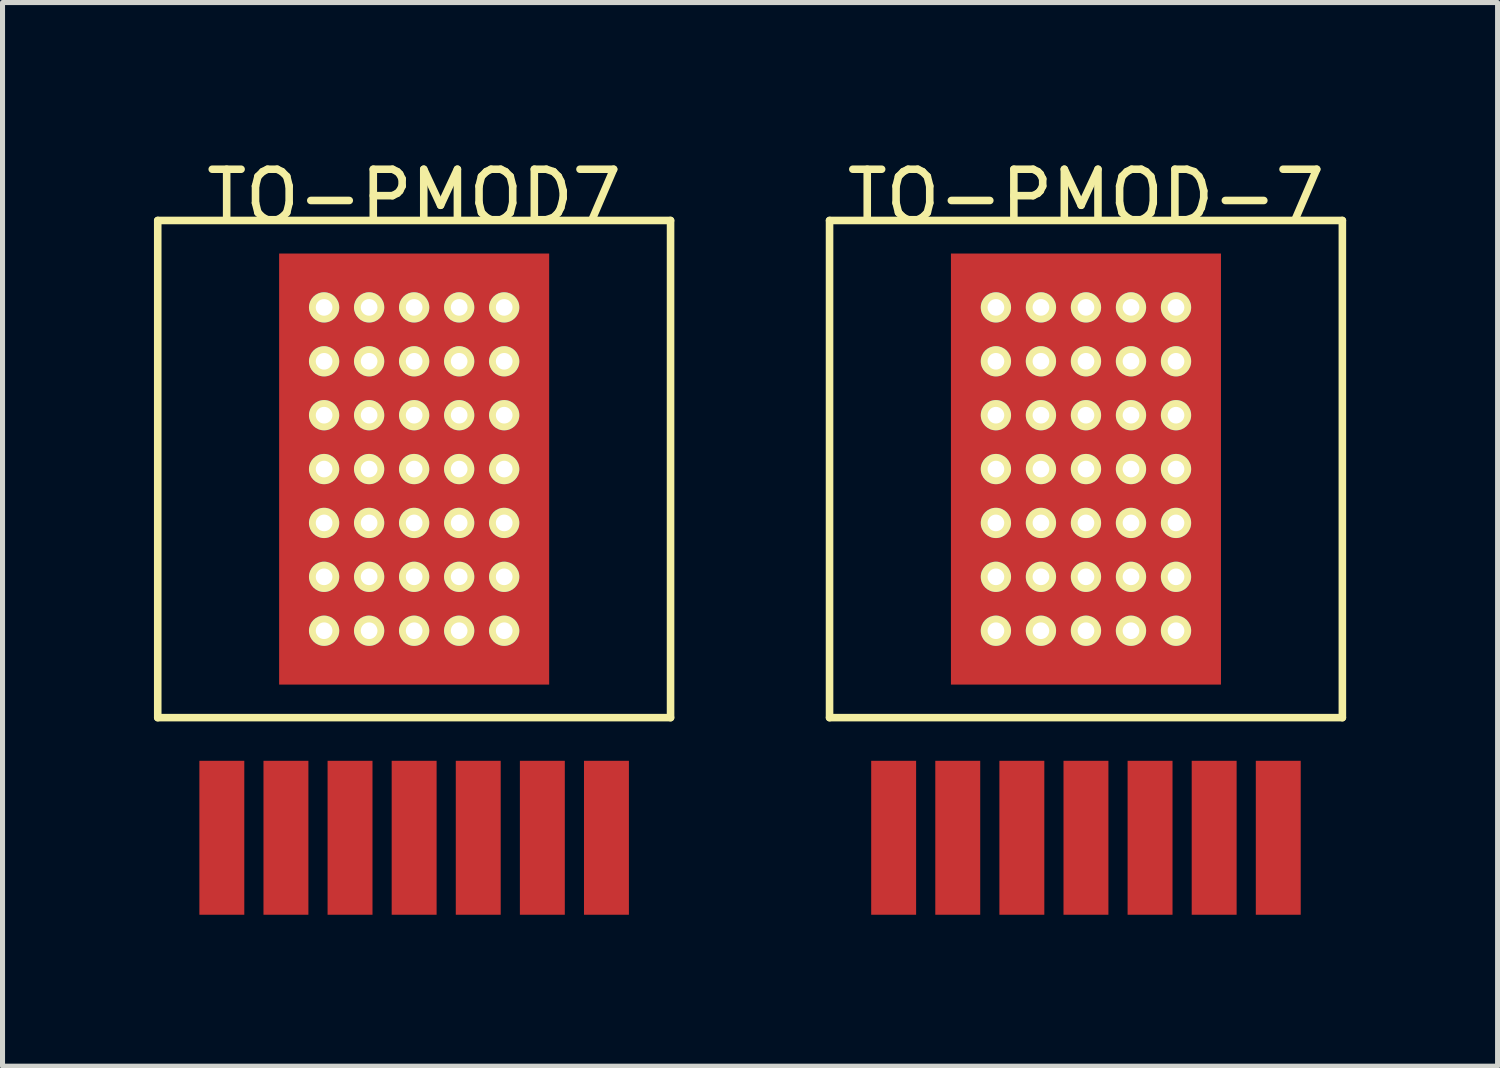
<source format=kicad_pcb>
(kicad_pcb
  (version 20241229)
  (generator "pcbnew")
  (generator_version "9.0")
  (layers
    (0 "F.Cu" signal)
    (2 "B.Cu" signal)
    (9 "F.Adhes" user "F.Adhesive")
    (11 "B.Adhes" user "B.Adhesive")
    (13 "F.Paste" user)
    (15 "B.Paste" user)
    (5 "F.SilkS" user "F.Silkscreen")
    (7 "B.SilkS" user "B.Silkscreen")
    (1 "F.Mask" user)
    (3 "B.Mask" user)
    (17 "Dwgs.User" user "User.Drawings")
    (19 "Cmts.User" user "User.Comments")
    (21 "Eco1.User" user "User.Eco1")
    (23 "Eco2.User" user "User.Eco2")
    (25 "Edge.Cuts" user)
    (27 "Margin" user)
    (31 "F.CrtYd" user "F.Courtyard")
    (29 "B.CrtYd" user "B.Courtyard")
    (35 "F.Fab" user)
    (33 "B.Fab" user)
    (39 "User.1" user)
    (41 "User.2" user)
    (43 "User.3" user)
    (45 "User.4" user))
  (footprint "TO-PMOD7"
    (layer "F.Cu")
    (at 5.155 6.243)
    (property "Reference" "TO-PMOD7" (at 0 -5.395 0) (layer "F.SilkS") (effects (font (size 1 1) (thickness 0.15))))
    (attr smd)
    (fp_line (start -5.08 -4.925) (end 5.08 -4.925) (stroke (width 0.15) (type solid)) (layer "F.SilkS"))
    (fp_line (start -5.08 4.925) (end -5.08 -4.925) (stroke (width 0.15) (type solid)) (layer "F.SilkS"))
    (fp_line (start 5.08 -4.925) (end 5.08 4.925) (stroke (width 0.15) (type solid)) (layer "F.SilkS"))
    (fp_line (start 5.08 4.925) (end -5.08 4.925) (stroke (width 0.15) (type solid)) (layer "F.SilkS"))
    (pad "1" smd rect (at -3.81 7.305) (size 0.89 3.05) (layers "F.Cu" "F.Mask" "F.Paste"))
    (pad "2" smd rect (at -2.54 7.305) (size 0.89 3.05) (layers "F.Cu" "F.Mask" "F.Paste"))
    (pad "3" smd rect (at -1.27 7.305) (size 0.89 3.05) (layers "F.Cu" "F.Mask" "F.Paste"))
    (pad "4" thru_hole circle (at -1.784 -3.203) (size 0.6 0.6) (drill 0.33) (layers "*.Cu" "*.Mask" "F.SilkS"))
    (pad "4" thru_hole circle (at -1.784 -2.135) (size 0.6 0.6) (drill 0.33) (layers "*.Cu" "*.Mask" "F.SilkS"))
    (pad "4" thru_hole circle (at -1.784 -1.067) (size 0.6 0.6) (drill 0.33) (layers "*.Cu" "*.Mask" "F.SilkS"))
    (pad "4" thru_hole circle (at -1.784 0) (size 0.6 0.6) (drill 0.33) (layers "*.Cu" "*.Mask" "F.SilkS"))
    (pad "4" thru_hole circle (at -1.784 1.067) (size 0.6 0.6) (drill 0.33) (layers "*.Cu" "*.Mask" "F.SilkS"))
    (pad "4" thru_hole circle (at -1.784 2.135) (size 0.6 0.6) (drill 0.33) (layers "*.Cu" "*.Mask" "F.SilkS"))
    (pad "4" thru_hole circle (at -1.784 3.203) (size 0.6 0.6) (drill 0.33) (layers "*.Cu" "*.Mask" "F.SilkS"))
    (pad "4" thru_hole circle (at -0.892 -3.203) (size 0.6 0.6) (drill 0.33) (layers "*.Cu" "*.Mask" "F.SilkS"))
    (pad "4" thru_hole circle (at -0.892 -2.135) (size 0.6 0.6) (drill 0.33) (layers "*.Cu" "*.Mask" "F.SilkS"))
    (pad "4" thru_hole circle (at -0.892 -1.067) (size 0.6 0.6) (drill 0.33) (layers "*.Cu" "*.Mask" "F.SilkS"))
    (pad "4" thru_hole circle (at -0.892 0) (size 0.6 0.6) (drill 0.33) (layers "*.Cu" "*.Mask" "F.SilkS"))
    (pad "4" thru_hole circle (at -0.892 1.067) (size 0.6 0.6) (drill 0.33) (layers "*.Cu" "*.Mask" "F.SilkS"))
    (pad "4" thru_hole circle (at -0.892 2.135) (size 0.6 0.6) (drill 0.33) (layers "*.Cu" "*.Mask" "F.SilkS"))
    (pad "4" thru_hole circle (at -0.892 3.203) (size 0.6 0.6) (drill 0.33) (layers "*.Cu" "*.Mask" "F.SilkS"))
    (pad "4" thru_hole circle (at 0 -3.203) (size 0.6 0.6) (drill 0.33) (layers "*.Cu" "*.Mask" "F.SilkS"))
    (pad "4" thru_hole circle (at 0 -2.135) (size 0.6 0.6) (drill 0.33) (layers "*.Cu" "*.Mask" "F.SilkS"))
    (pad "4" thru_hole circle (at 0 -1.067) (size 0.6 0.6) (drill 0.33) (layers "*.Cu" "*.Mask" "F.SilkS"))
    (pad "4" thru_hole circle (at 0 0) (size 0.6 0.6) (drill 0.33) (layers "*.Cu" "*.Mask" "F.SilkS"))
    (pad "4" smd rect (at 0 0) (size 5.35 8.54) (layers "F.Cu" "F.Mask" "F.Paste"))
    (pad "4" thru_hole circle (at 0 1.067) (size 0.6 0.6) (drill 0.33) (layers "*.Cu" "*.Mask" "F.SilkS"))
    (pad "4" thru_hole circle (at 0 2.135) (size 0.6 0.6) (drill 0.33) (layers "*.Cu" "*.Mask" "F.SilkS"))
    (pad "4" thru_hole circle (at 0 3.203) (size 0.6 0.6) (drill 0.33) (layers "*.Cu" "*.Mask" "F.SilkS"))
    (pad "4" smd rect (at 0 7.305) (size 0.89 3.05) (layers "F.Cu" "F.Mask" "F.Paste"))
    (pad "4" thru_hole circle (at 0.892 -3.203) (size 0.6 0.6) (drill 0.33) (layers "*.Cu" "*.Mask" "F.SilkS"))
    (pad "4" thru_hole circle (at 0.892 -2.135) (size 0.6 0.6) (drill 0.33) (layers "*.Cu" "*.Mask" "F.SilkS"))
    (pad "4" thru_hole circle (at 0.892 -1.067) (size 0.6 0.6) (drill 0.33) (layers "*.Cu" "*.Mask" "F.SilkS"))
    (pad "4" thru_hole circle (at 0.892 0) (size 0.6 0.6) (drill 0.33) (layers "*.Cu" "*.Mask" "F.SilkS"))
    (pad "4" thru_hole circle (at 0.892 1.067) (size 0.6 0.6) (drill 0.33) (layers "*.Cu" "*.Mask" "F.SilkS"))
    (pad "4" thru_hole circle (at 0.892 2.135) (size 0.6 0.6) (drill 0.33) (layers "*.Cu" "*.Mask" "F.SilkS"))
    (pad "4" thru_hole circle (at 0.892 3.203) (size 0.6 0.6) (drill 0.33) (layers "*.Cu" "*.Mask" "F.SilkS"))
    (pad "4" thru_hole circle (at 1.784 -3.203) (size 0.6 0.6) (drill 0.33) (layers "*.Cu" "*.Mask" "F.SilkS"))
    (pad "4" thru_hole circle (at 1.784 -2.135) (size 0.6 0.6) (drill 0.33) (layers "*.Cu" "*.Mask" "F.SilkS"))
    (pad "4" thru_hole circle (at 1.784 -1.067) (size 0.6 0.6) (drill 0.33) (layers "*.Cu" "*.Mask" "F.SilkS"))
    (pad "4" thru_hole circle (at 1.784 0) (size 0.6 0.6) (drill 0.33) (layers "*.Cu" "*.Mask" "F.SilkS"))
    (pad "4" thru_hole circle (at 1.784 1.067) (size 0.6 0.6) (drill 0.33) (layers "*.Cu" "*.Mask" "F.SilkS"))
    (pad "4" thru_hole circle (at 1.784 2.135) (size 0.6 0.6) (drill 0.33) (layers "*.Cu" "*.Mask" "F.SilkS"))
    (pad "4" thru_hole circle (at 1.784 3.203) (size 0.6 0.6) (drill 0.33) (layers "*.Cu" "*.Mask" "F.SilkS"))
    (pad "5" smd rect (at 1.27 7.305) (size 0.89 3.05) (layers "F.Cu" "F.Mask" "F.Paste"))
    (pad "6" smd rect (at 2.54 7.305) (size 0.89 3.05) (layers "F.Cu" "F.Mask" "F.Paste"))
    (pad "7" smd rect (at 3.81 7.305) (size 0.89 3.05) (layers "F.Cu" "F.Mask" "F.Paste")))
  (footprint "TO-PMOD-7"
    (layer "F.Cu")
    (at 18.465 6.243)
    (property "Reference" "TO-PMOD-7" (at 0 -5.395 0) (layer "F.SilkS") (effects (font (size 1 1) (thickness 0.15))))
    (attr smd)
    (fp_line (start -5.08 -4.925) (end 5.08 -4.925) (stroke (width 0.15) (type solid)) (layer "F.SilkS"))
    (fp_line (start -5.08 4.925) (end -5.08 -4.925) (stroke (width 0.15) (type solid)) (layer "F.SilkS"))
    (fp_line (start 5.08 -4.925) (end 5.08 4.925) (stroke (width 0.15) (type solid)) (layer "F.SilkS"))
    (fp_line (start 5.08 4.925) (end -5.08 4.925) (stroke (width 0.15) (type solid)) (layer "F.SilkS"))
    (pad "1" smd rect (at -3.81 7.305) (size 0.89 3.05) (layers "F.Cu" "F.Mask" "F.Paste"))
    (pad "2" smd rect (at -2.54 7.305) (size 0.89 3.05) (layers "F.Cu" "F.Mask" "F.Paste"))
    (pad "3" smd rect (at -1.27 7.305) (size 0.89 3.05) (layers "F.Cu" "F.Mask" "F.Paste"))
    (pad "4" thru_hole circle (at -1.784 -3.203) (size 0.6 0.6) (drill 0.33) (layers "*.Cu" "*.Mask" "F.SilkS"))
    (pad "4" thru_hole circle (at -1.784 -2.135) (size 0.6 0.6) (drill 0.33) (layers "*.Cu" "*.Mask" "F.SilkS"))
    (pad "4" thru_hole circle (at -1.784 -1.067) (size 0.6 0.6) (drill 0.33) (layers "*.Cu" "*.Mask" "F.SilkS"))
    (pad "4" thru_hole circle (at -1.784 0) (size 0.6 0.6) (drill 0.33) (layers "*.Cu" "*.Mask" "F.SilkS"))
    (pad "4" thru_hole circle (at -1.784 1.067) (size 0.6 0.6) (drill 0.33) (layers "*.Cu" "*.Mask" "F.SilkS"))
    (pad "4" thru_hole circle (at -1.784 2.135) (size 0.6 0.6) (drill 0.33) (layers "*.Cu" "*.Mask" "F.SilkS"))
    (pad "4" thru_hole circle (at -1.784 3.203) (size 0.6 0.6) (drill 0.33) (layers "*.Cu" "*.Mask" "F.SilkS"))
    (pad "4" thru_hole circle (at -0.892 -3.203) (size 0.6 0.6) (drill 0.33) (layers "*.Cu" "*.Mask" "F.SilkS"))
    (pad "4" thru_hole circle (at -0.892 -2.135) (size 0.6 0.6) (drill 0.33) (layers "*.Cu" "*.Mask" "F.SilkS"))
    (pad "4" thru_hole circle (at -0.892 -1.067) (size 0.6 0.6) (drill 0.33) (layers "*.Cu" "*.Mask" "F.SilkS"))
    (pad "4" thru_hole circle (at -0.892 0) (size 0.6 0.6) (drill 0.33) (layers "*.Cu" "*.Mask" "F.SilkS"))
    (pad "4" thru_hole circle (at -0.892 1.067) (size 0.6 0.6) (drill 0.33) (layers "*.Cu" "*.Mask" "F.SilkS"))
    (pad "4" thru_hole circle (at -0.892 2.135) (size 0.6 0.6) (drill 0.33) (layers "*.Cu" "*.Mask" "F.SilkS"))
    (pad "4" thru_hole circle (at -0.892 3.203) (size 0.6 0.6) (drill 0.33) (layers "*.Cu" "*.Mask" "F.SilkS"))
    (pad "4" thru_hole circle (at 0 -3.203) (size 0.6 0.6) (drill 0.33) (layers "*.Cu" "*.Mask" "F.SilkS"))
    (pad "4" thru_hole circle (at 0 -2.135) (size 0.6 0.6) (drill 0.33) (layers "*.Cu" "*.Mask" "F.SilkS"))
    (pad "4" thru_hole circle (at 0 -1.067) (size 0.6 0.6) (drill 0.33) (layers "*.Cu" "*.Mask" "F.SilkS"))
    (pad "4" thru_hole circle (at 0 0) (size 0.6 0.6) (drill 0.33) (layers "*.Cu" "*.Mask" "F.SilkS"))
    (pad "4" smd rect (at 0 0) (size 5.35 8.54) (layers "F.Cu" "F.Mask" "F.Paste"))
    (pad "4" thru_hole circle (at 0 1.067) (size 0.6 0.6) (drill 0.33) (layers "*.Cu" "*.Mask" "F.SilkS"))
    (pad "4" thru_hole circle (at 0 2.135) (size 0.6 0.6) (drill 0.33) (layers "*.Cu" "*.Mask" "F.SilkS"))
    (pad "4" thru_hole circle (at 0 3.203) (size 0.6 0.6) (drill 0.33) (layers "*.Cu" "*.Mask" "F.SilkS"))
    (pad "4" smd rect (at 0 7.305) (size 0.89 3.05) (layers "F.Cu" "F.Mask" "F.Paste"))
    (pad "4" thru_hole circle (at 0.892 -3.203) (size 0.6 0.6) (drill 0.33) (layers "*.Cu" "*.Mask" "F.SilkS"))
    (pad "4" thru_hole circle (at 0.892 -2.135) (size 0.6 0.6) (drill 0.33) (layers "*.Cu" "*.Mask" "F.SilkS"))
    (pad "4" thru_hole circle (at 0.892 -1.067) (size 0.6 0.6) (drill 0.33) (layers "*.Cu" "*.Mask" "F.SilkS"))
    (pad "4" thru_hole circle (at 0.892 0) (size 0.6 0.6) (drill 0.33) (layers "*.Cu" "*.Mask" "F.SilkS"))
    (pad "4" thru_hole circle (at 0.892 1.067) (size 0.6 0.6) (drill 0.33) (layers "*.Cu" "*.Mask" "F.SilkS"))
    (pad "4" thru_hole circle (at 0.892 2.135) (size 0.6 0.6) (drill 0.33) (layers "*.Cu" "*.Mask" "F.SilkS"))
    (pad "4" thru_hole circle (at 0.892 3.203) (size 0.6 0.6) (drill 0.33) (layers "*.Cu" "*.Mask" "F.SilkS"))
    (pad "4" thru_hole circle (at 1.784 -3.203) (size 0.6 0.6) (drill 0.33) (layers "*.Cu" "*.Mask" "F.SilkS"))
    (pad "4" thru_hole circle (at 1.784 -2.135) (size 0.6 0.6) (drill 0.33) (layers "*.Cu" "*.Mask" "F.SilkS"))
    (pad "4" thru_hole circle (at 1.784 -1.067) (size 0.6 0.6) (drill 0.33) (layers "*.Cu" "*.Mask" "F.SilkS"))
    (pad "4" thru_hole circle (at 1.784 0) (size 0.6 0.6) (drill 0.33) (layers "*.Cu" "*.Mask" "F.SilkS"))
    (pad "4" thru_hole circle (at 1.784 1.067) (size 0.6 0.6) (drill 0.33) (layers "*.Cu" "*.Mask" "F.SilkS"))
    (pad "4" thru_hole circle (at 1.784 2.135) (size 0.6 0.6) (drill 0.33) (layers "*.Cu" "*.Mask" "F.SilkS"))
    (pad "4" thru_hole circle (at 1.784 3.203) (size 0.6 0.6) (drill 0.33) (layers "*.Cu" "*.Mask" "F.SilkS"))
    (pad "5" smd rect (at 1.27 7.305) (size 0.89 3.05) (layers "F.Cu" "F.Mask" "F.Paste"))
    (pad "6" smd rect (at 2.54 7.305) (size 0.89 3.05) (layers "F.Cu" "F.Mask" "F.Paste"))
    (pad "7" smd rect (at 3.81 7.305) (size 0.89 3.05) (layers "F.Cu" "F.Mask" "F.Paste")))
  (gr_rect
    (start -3 -3)
    (end 26.62 18.073)
    (stroke (width 0.1) (type default))
    (fill no)
    (layer "Edge.Cuts")))
</source>
